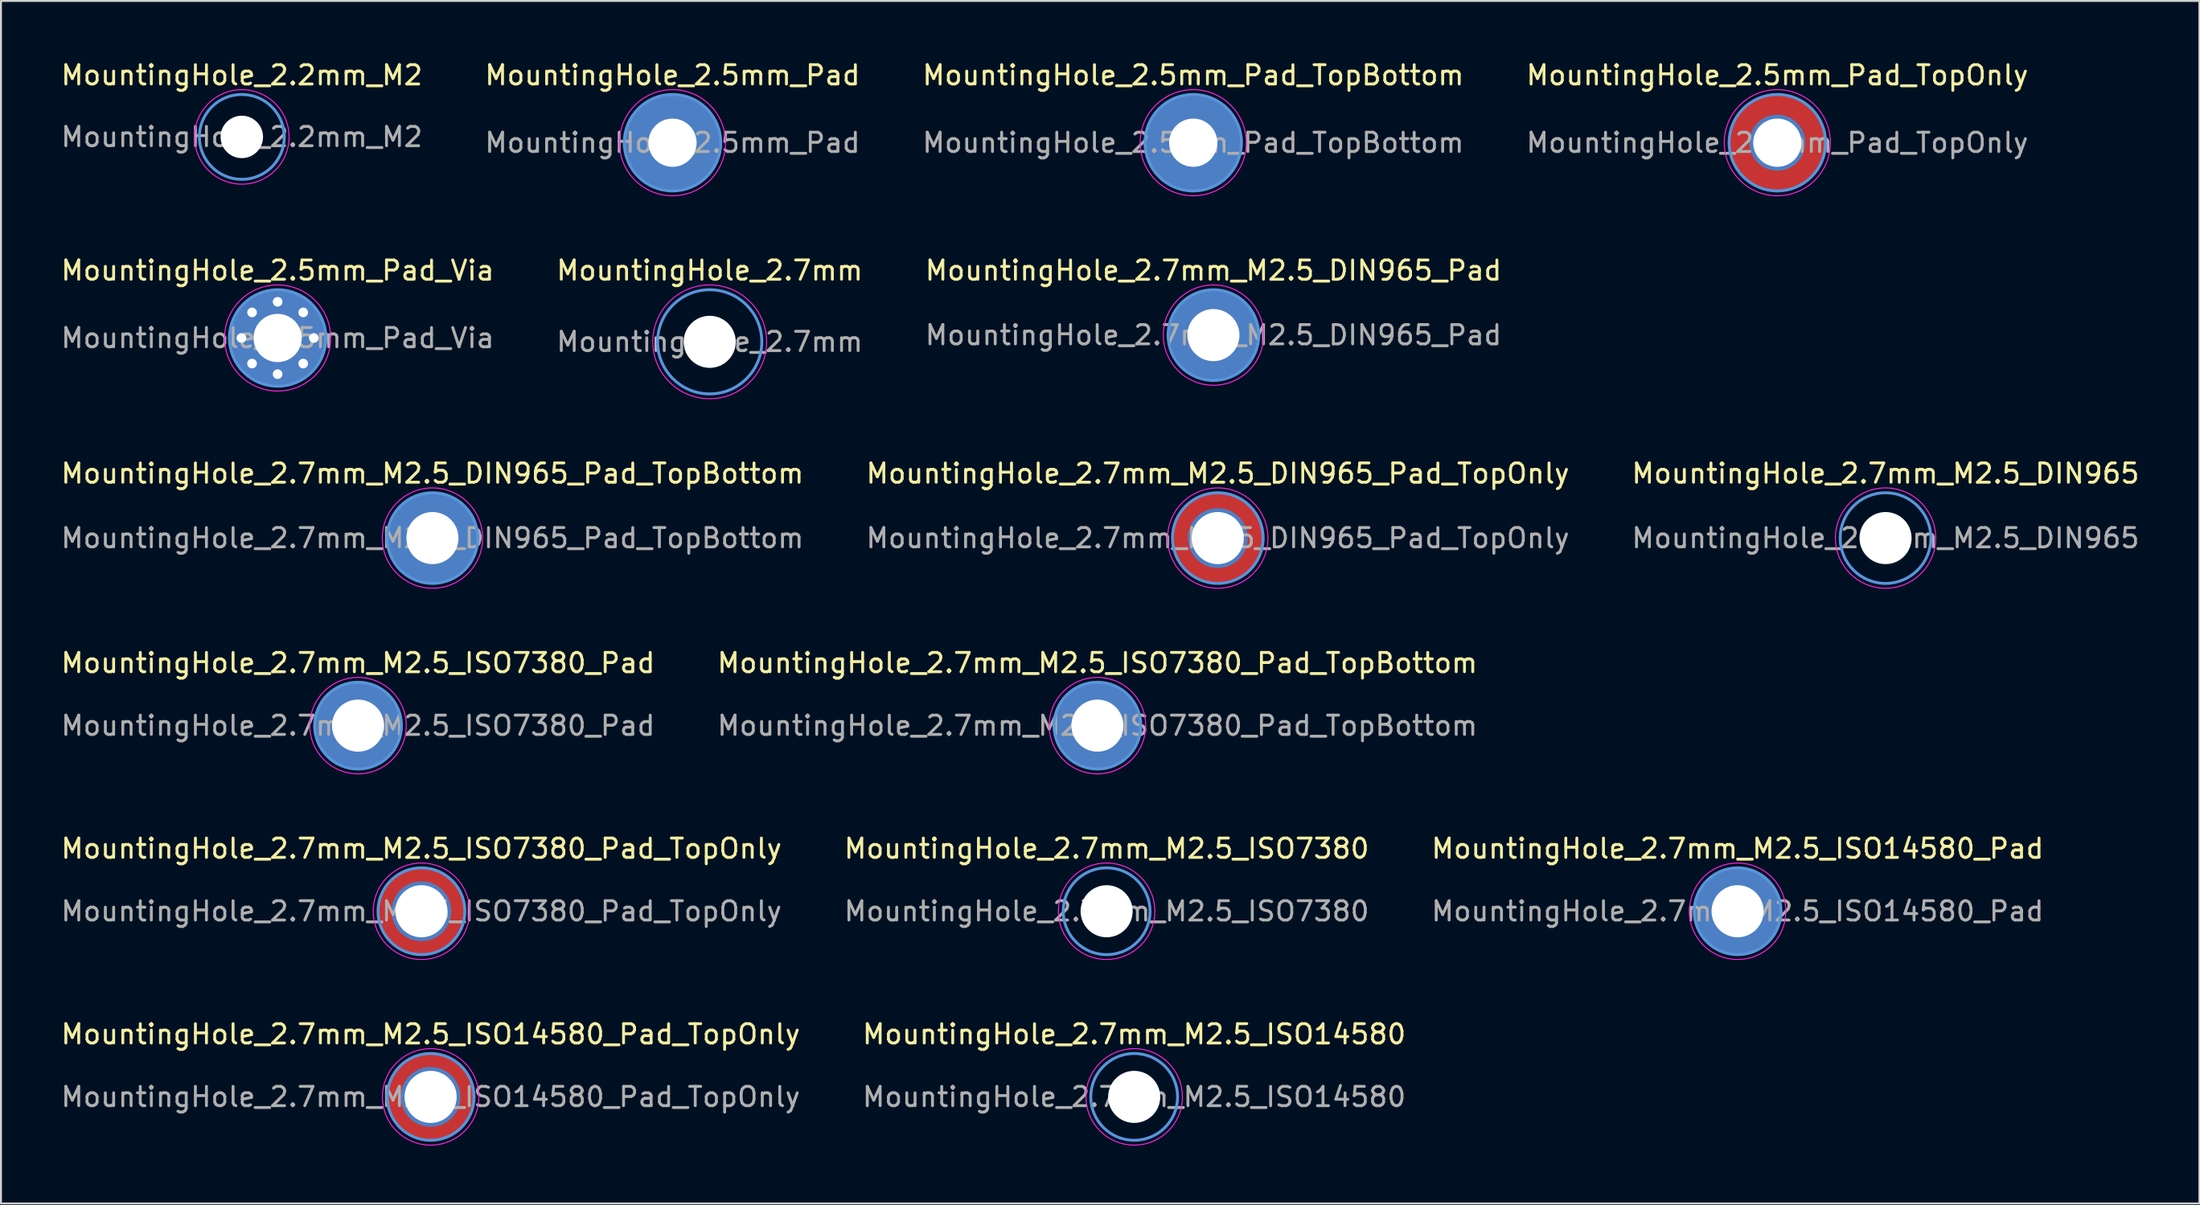
<source format=kicad_pcb>
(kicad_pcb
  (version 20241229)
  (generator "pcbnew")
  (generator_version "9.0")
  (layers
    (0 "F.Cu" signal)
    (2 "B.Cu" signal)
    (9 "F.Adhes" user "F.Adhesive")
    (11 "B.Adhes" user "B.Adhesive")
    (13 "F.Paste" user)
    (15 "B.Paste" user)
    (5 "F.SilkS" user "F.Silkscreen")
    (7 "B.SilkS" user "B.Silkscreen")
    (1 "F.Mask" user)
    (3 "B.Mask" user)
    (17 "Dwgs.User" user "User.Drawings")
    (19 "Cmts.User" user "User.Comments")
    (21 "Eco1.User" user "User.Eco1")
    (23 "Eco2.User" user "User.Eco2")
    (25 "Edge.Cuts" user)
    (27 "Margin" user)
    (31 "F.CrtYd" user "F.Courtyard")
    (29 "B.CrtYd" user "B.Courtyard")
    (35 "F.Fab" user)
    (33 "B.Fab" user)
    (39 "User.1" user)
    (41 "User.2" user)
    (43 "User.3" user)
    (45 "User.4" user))
  (footprint "MountingHole_2.7mm_M2.5_ISO7380_Pad"
    (layer "F.Cu")
    (at 15.506 34.568)
    (property "Reference" "MountingHole_2.7mm_M2.5_ISO7380_Pad" (at 0 -3.25 0) (layer "F.SilkS") (effects (font (size 1 1) (thickness 0.15))))
    (attr exclude_from_pos_files exclude_from_bom)
    (fp_circle (center 0 0) (end 2.25 0) (stroke (width 0.15) (type solid)) (fill no) (layer "Cmts.User"))
    (fp_circle (center 0 0) (end 2.5 0) (stroke (width 0.05) (type solid)) (fill no) (layer "F.CrtYd"))
    (fp_text user "${REFERENCE}" (at 0 0 0) (layer "F.Fab") (effects (font (size 1 1) (thickness 0.15))))
    (pad "1" thru_hole circle (at 0 0) (size 4.5 4.5) (drill 2.7) (layers "*.Cu" "*.Mask")))
  (footprint "MountingHole_2.7mm_M2.5_DIN965_Pad_TopBottom"
    (layer "F.Cu")
    (at 19.363 24.845)
    (property "Reference" "MountingHole_2.7mm_M2.5_DIN965_Pad_TopBottom" (at 0 -3.35 0) (layer "F.SilkS") (effects (font (size 1 1) (thickness 0.15))))
    (attr exclude_from_pos_files exclude_from_bom)
    (fp_circle (center 0 0) (end 2.35 0) (stroke (width 0.15) (type solid)) (fill no) (layer "Cmts.User"))
    (fp_circle (center 0 0) (end 2.6 0) (stroke (width 0.05) (type solid)) (fill no) (layer "F.CrtYd"))
    (fp_text user "${REFERENCE}" (at 0 0 0) (layer "F.Fab") (effects (font (size 1 1) (thickness 0.15))))
    (pad "1" thru_hole circle (at 0 0) (size 3.1 3.1) (drill 2.7) (layers "*.Cu" "*.Mask"))
    (pad "1" connect circle (at 0 0) (size 4.7 4.7) (layers "F.Cu" "F.Mask"))
    (pad "1" connect circle (at 0 0) (size 4.7 4.7) (layers "B.Cu" "B.Mask")))
  (footprint "MountingHole_2.7mm_M2.5_ISO7380_Pad_TopBottom"
    (layer "F.Cu")
    (at 53.827 34.568)
    (property "Reference" "MountingHole_2.7mm_M2.5_ISO7380_Pad_TopBottom" (at 0 -3.25 0) (layer "F.SilkS") (effects (font (size 1 1) (thickness 0.15))))
    (attr exclude_from_pos_files exclude_from_bom)
    (fp_circle (center 0 0) (end 2.25 0) (stroke (width 0.15) (type solid)) (fill no) (layer "Cmts.User"))
    (fp_circle (center 0 0) (end 2.5 0) (stroke (width 0.05) (type solid)) (fill no) (layer "F.CrtYd"))
    (fp_text user "${REFERENCE}" (at 0 0 0) (layer "F.Fab") (effects (font (size 1 1) (thickness 0.15))))
    (pad "1" thru_hole circle (at 0 0) (size 3.1 3.1) (drill 2.7) (layers "*.Cu" "*.Mask"))
    (pad "1" connect circle (at 0 0) (size 4.5 4.5) (layers "F.Cu" "F.Mask"))
    (pad "1" connect circle (at 0 0) (size 4.5 4.5) (layers "B.Cu" "B.Mask")))
  (footprint "MountingHole_2.7mm_M2.5_DIN965_Pad"
    (layer "F.Cu")
    (at 59.839 14.322)
    (property "Reference" "MountingHole_2.7mm_M2.5_DIN965_Pad" (at 0 -3.35 0) (layer "F.SilkS") (effects (font (size 1 1) (thickness 0.15))))
    (attr exclude_from_pos_files exclude_from_bom)
    (fp_circle (center 0 0) (end 2.35 0) (stroke (width 0.15) (type solid)) (fill no) (layer "Cmts.User"))
    (fp_circle (center 0 0) (end 2.6 0) (stroke (width 0.05) (type solid)) (fill no) (layer "F.CrtYd"))
    (fp_text user "${REFERENCE}" (at 0 0 0) (layer "F.Fab") (effects (font (size 1 1) (thickness 0.15))))
    (pad "1" thru_hole circle (at 0 0) (size 4.7 4.7) (drill 2.7) (layers "*.Cu" "*.Mask")))
  (footprint "MountingHole_2.7mm_M2.5_ISO14580_Pad_TopOnly"
    (layer "F.Cu")
    (at 19.268 53.815)
    (property "Reference" "MountingHole_2.7mm_M2.5_ISO14580_Pad_TopOnly" (at 0 -3.25 0) (layer "F.SilkS") (effects (font (size 1 1) (thickness 0.15))))
    (attr exclude_from_pos_files exclude_from_bom)
    (fp_circle (center 0 0) (end 2.25 0) (stroke (width 0.15) (type solid)) (fill no) (layer "Cmts.User"))
    (fp_circle (center 0 0) (end 2.5 0) (stroke (width 0.05) (type solid)) (fill no) (layer "F.CrtYd"))
    (fp_text user "${REFERENCE}" (at 0 0 0) (layer "F.Fab") (effects (font (size 1 1) (thickness 0.15))))
    (pad "1" thru_hole circle (at 0 0) (size 3.1 3.1) (drill 2.7) (layers "*.Cu" "*.Mask"))
    (pad "1" connect circle (at 0 0) (size 4.5 4.5) (layers "F.Cu" "F.Mask")))
  (footprint "MountingHole_2.5mm_Pad_Via"
    (layer "F.Cu")
    (at 11.339 14.472)
    (property "Reference" "MountingHole_2.5mm_Pad_Via" (at 0 -3.5 0) (layer "F.SilkS") (effects (font (size 1 1) (thickness 0.15))))
    (attr exclude_from_pos_files exclude_from_bom)
    (fp_circle (center 0 0) (end 2.5 0) (stroke (width 0.15) (type solid)) (fill no) (layer "Cmts.User"))
    (fp_circle (center 0 0) (end 2.75 0) (stroke (width 0.05) (type solid)) (fill no) (layer "F.CrtYd"))
    (fp_text user "${REFERENCE}" (at 0 0 0) (layer "F.Fab") (effects (font (size 1 1) (thickness 0.15))))
    (pad "1" thru_hole circle (at -1.875 0) (size 0.8 0.8) (drill 0.5) (layers "*.Cu" "*.Mask"))
    (pad "1" thru_hole circle (at -1.326 -1.326) (size 0.8 0.8) (drill 0.5) (layers "*.Cu" "*.Mask"))
    (pad "1" thru_hole circle (at -1.326 1.326) (size 0.8 0.8) (drill 0.5) (layers "*.Cu" "*.Mask"))
    (pad "1" thru_hole circle (at 0 -1.875) (size 0.8 0.8) (drill 0.5) (layers "*.Cu" "*.Mask"))
    (pad "1" thru_hole circle (at 0 0) (size 5 5) (drill 2.5) (layers "*.Cu" "*.Mask"))
    (pad "1" thru_hole circle (at 0 1.875) (size 0.8 0.8) (drill 0.5) (layers "*.Cu" "*.Mask"))
    (pad "1" thru_hole circle (at 1.326 -1.326) (size 0.8 0.8) (drill 0.5) (layers "*.Cu" "*.Mask"))
    (pad "1" thru_hole circle (at 1.326 1.326) (size 0.8 0.8) (drill 0.5) (layers "*.Cu" "*.Mask"))
    (pad "1" thru_hole circle (at 1.875 0) (size 0.8 0.8) (drill 0.5) (layers "*.Cu" "*.Mask")))
  (footprint "MountingHole_2.7mm_M2.5_ISO7380_Pad_TopOnly"
    (layer "F.Cu")
    (at 18.792 44.191)
    (property "Reference" "MountingHole_2.7mm_M2.5_ISO7380_Pad_TopOnly" (at 0 -3.25 0) (layer "F.SilkS") (effects (font (size 1 1) (thickness 0.15))))
    (attr exclude_from_pos_files exclude_from_bom)
    (fp_circle (center 0 0) (end 2.25 0) (stroke (width 0.15) (type solid)) (fill no) (layer "Cmts.User"))
    (fp_circle (center 0 0) (end 2.5 0) (stroke (width 0.05) (type solid)) (fill no) (layer "F.CrtYd"))
    (fp_text user "${REFERENCE}" (at 0 0 0) (layer "F.Fab") (effects (font (size 1 1) (thickness 0.15))))
    (pad "1" thru_hole circle (at 0 0) (size 3.1 3.1) (drill 2.7) (layers "*.Cu" "*.Mask"))
    (pad "1" connect circle (at 0 0) (size 4.5 4.5) (layers "F.Cu" "F.Mask")))
  (footprint "MountingHole_2.5mm_Pad_TopBottom"
    (layer "F.Cu")
    (at 58.792 4.348)
    (property "Reference" "MountingHole_2.5mm_Pad_TopBottom" (at 0 -3.5 0) (layer "F.SilkS") (effects (font (size 1 1) (thickness 0.15))))
    (attr exclude_from_pos_files exclude_from_bom)
    (fp_circle (center 0 0) (end 2.5 0) (stroke (width 0.15) (type solid)) (fill no) (layer "Cmts.User"))
    (fp_circle (center 0 0) (end 2.75 0) (stroke (width 0.05) (type solid)) (fill no) (layer "F.CrtYd"))
    (fp_text user "${REFERENCE}" (at 0 0 0) (layer "F.Fab") (effects (font (size 1 1) (thickness 0.15))))
    (pad "1" thru_hole circle (at 0 0) (size 2.9 2.9) (drill 2.5) (layers "*.Cu" "*.Mask"))
    (pad "1" connect circle (at 0 0) (size 5 5) (layers "F.Cu" "F.Mask"))
    (pad "1" connect circle (at 0 0) (size 5 5) (layers "B.Cu" "B.Mask")))
  (footprint "MountingHole_2.5mm_Pad"
    (layer "F.Cu")
    (at 31.804 4.348)
    (property "Reference" "MountingHole_2.5mm_Pad" (at 0 -3.5 0) (layer "F.SilkS") (effects (font (size 1 1) (thickness 0.15))))
    (attr exclude_from_pos_files exclude_from_bom)
    (fp_circle (center 0 0) (end 2.5 0) (stroke (width 0.15) (type solid)) (fill no) (layer "Cmts.User"))
    (fp_circle (center 0 0) (end 2.75 0) (stroke (width 0.05) (type solid)) (fill no) (layer "F.CrtYd"))
    (fp_text user "${REFERENCE}" (at 0 0 0) (layer "F.Fab") (effects (font (size 1 1) (thickness 0.15))))
    (pad "1" thru_hole circle (at 0 0) (size 5 5) (drill 2.5) (layers "*.Cu" "*.Mask")))
  (footprint "MountingHole_2.7mm_M2.5_ISO7380"
    (layer "F.Cu")
    (at 54.304 44.191)
    (property "Reference" "MountingHole_2.7mm_M2.5_ISO7380" (at 0 -3.25 0) (layer "F.SilkS") (effects (font (size 1 1) (thickness 0.15))))
    (attr exclude_from_pos_files exclude_from_bom)
    (fp_circle (center 0 0) (end 2.25 0) (stroke (width 0.15) (type solid)) (fill no) (layer "Cmts.User"))
    (fp_circle (center 0 0) (end 2.5 0) (stroke (width 0.05) (type solid)) (fill no) (layer "F.CrtYd"))
    (fp_text user "${REFERENCE}" (at 0 0 0) (layer "F.Fab") (effects (font (size 1 1) (thickness 0.15))))
    (pad "" np_thru_hole circle (at 0 0) (size 2.7 2.7) (drill 2.7) (layers "*.Cu" "*.Mask")))
  (footprint "MountingHole_2.2mm_M2"
    (layer "F.Cu")
    (at 9.482 4.048)
    (property "Reference" "MountingHole_2.2mm_M2" (at 0 -3.2 0) (layer "F.SilkS") (effects (font (size 1 1) (thickness 0.15))))
    (attr exclude_from_pos_files exclude_from_bom)
    (fp_circle (center 0 0) (end 2.2 0) (stroke (width 0.15) (type solid)) (fill no) (layer "Cmts.User"))
    (fp_circle (center 0 0) (end 2.45 0) (stroke (width 0.05) (type solid)) (fill no) (layer "F.CrtYd"))
    (fp_text user "${REFERENCE}" (at 0 0 0) (layer "F.Fab") (effects (font (size 1 1) (thickness 0.15))))
    (pad "" np_thru_hole circle (at 0 0) (size 2.2 2.2) (drill 2.2) (layers "*.Cu" "*.Mask")))
  (footprint "MountingHole_2.7mm_M2.5_ISO14580_Pad"
    (layer "F.Cu")
    (at 87.006 44.191)
    (property "Reference" "MountingHole_2.7mm_M2.5_ISO14580_Pad" (at 0 -3.25 0) (layer "F.SilkS") (effects (font (size 1 1) (thickness 0.15))))
    (attr exclude_from_pos_files exclude_from_bom)
    (fp_circle (center 0 0) (end 2.25 0) (stroke (width 0.15) (type solid)) (fill no) (layer "Cmts.User"))
    (fp_circle (center 0 0) (end 2.5 0) (stroke (width 0.05) (type solid)) (fill no) (layer "F.CrtYd"))
    (fp_text user "${REFERENCE}" (at 0 0 0) (layer "F.Fab") (effects (font (size 1 1) (thickness 0.15))))
    (pad "1" thru_hole circle (at 0 0) (size 4.5 4.5) (drill 2.7) (layers "*.Cu" "*.Mask")))
  (footprint "MountingHole_2.5mm_Pad_TopOnly"
    (layer "F.Cu")
    (at 89.065 4.348)
    (property "Reference" "MountingHole_2.5mm_Pad_TopOnly" (at 0 -3.5 0) (layer "F.SilkS") (effects (font (size 1 1) (thickness 0.15))))
    (attr exclude_from_pos_files exclude_from_bom)
    (fp_circle (center 0 0) (end 2.5 0) (stroke (width 0.15) (type solid)) (fill no) (layer "Cmts.User"))
    (fp_circle (center 0 0) (end 2.75 0) (stroke (width 0.05) (type solid)) (fill no) (layer "F.CrtYd"))
    (fp_text user "${REFERENCE}" (at 0 0 0) (layer "F.Fab") (effects (font (size 1 1) (thickness 0.15))))
    (pad "1" thru_hole circle (at 0 0) (size 2.9 2.9) (drill 2.5) (layers "*.Cu" "*.Mask"))
    (pad "1" connect circle (at 0 0) (size 5 5) (layers "F.Cu" "F.Mask")))
  (footprint "MountingHole_2.7mm"
    (layer "F.Cu")
    (at 33.732 14.671)
    (property "Reference" "MountingHole_2.7mm" (at 0 -3.7 0) (layer "F.SilkS") (effects (font (size 1 1) (thickness 0.15))))
    (attr exclude_from_pos_files exclude_from_bom)
    (fp_circle (center 0 0) (end 2.7 0) (stroke (width 0.15) (type solid)) (fill no) (layer "Cmts.User"))
    (fp_circle (center 0 0) (end 2.95 0) (stroke (width 0.05) (type solid)) (fill no) (layer "F.CrtYd"))
    (fp_text user "${REFERENCE}" (at 0 0 0) (layer "F.Fab") (effects (font (size 1 1) (thickness 0.15))))
    (pad "" np_thru_hole circle (at 0 0) (size 2.7 2.7) (drill 2.7) (layers "*.Cu" "*.Mask")))
  (footprint "MountingHole_2.7mm_M2.5_ISO14580"
    (layer "F.Cu")
    (at 55.732 53.815)
    (property "Reference" "MountingHole_2.7mm_M2.5_ISO14580" (at 0 -3.25 0) (layer "F.SilkS") (effects (font (size 1 1) (thickness 0.15))))
    (attr exclude_from_pos_files exclude_from_bom)
    (fp_circle (center 0 0) (end 2.25 0) (stroke (width 0.15) (type solid)) (fill no) (layer "Cmts.User"))
    (fp_circle (center 0 0) (end 2.5 0) (stroke (width 0.05) (type solid)) (fill no) (layer "F.CrtYd"))
    (fp_text user "${REFERENCE}" (at 0 0 0) (layer "F.Fab") (effects (font (size 1 1) (thickness 0.15))))
    (pad "" np_thru_hole circle (at 0 0) (size 2.7 2.7) (drill 2.7) (layers "*.Cu" "*.Mask")))
  (footprint "MountingHole_2.7mm_M2.5_DIN965"
    (layer "F.Cu")
    (at 94.673 24.845)
    (property "Reference" "MountingHole_2.7mm_M2.5_DIN965" (at 0 -3.35 0) (layer "F.SilkS") (effects (font (size 1 1) (thickness 0.15))))
    (attr exclude_from_pos_files exclude_from_bom)
    (fp_circle (center 0 0) (end 2.35 0) (stroke (width 0.15) (type solid)) (fill no) (layer "Cmts.User"))
    (fp_circle (center 0 0) (end 2.6 0) (stroke (width 0.05) (type solid)) (fill no) (layer "F.CrtYd"))
    (fp_text user "${REFERENCE}" (at 0 0 0) (layer "F.Fab") (effects (font (size 1 1) (thickness 0.15))))
    (pad "" np_thru_hole circle (at 0 0) (size 2.7 2.7) (drill 2.7) (layers "*.Cu" "*.Mask")))
  (footprint "MountingHole_2.7mm_M2.5_DIN965_Pad_TopOnly"
    (layer "F.Cu")
    (at 60.065 24.845)
    (property "Reference" "MountingHole_2.7mm_M2.5_DIN965_Pad_TopOnly" (at 0 -3.35 0) (layer "F.SilkS") (effects (font (size 1 1) (thickness 0.15))))
    (attr exclude_from_pos_files exclude_from_bom)
    (fp_circle (center 0 0) (end 2.35 0) (stroke (width 0.15) (type solid)) (fill no) (layer "Cmts.User"))
    (fp_circle (center 0 0) (end 2.6 0) (stroke (width 0.05) (type solid)) (fill no) (layer "F.CrtYd"))
    (fp_text user "${REFERENCE}" (at 0 0 0) (layer "F.Fab") (effects (font (size 1 1) (thickness 0.15))))
    (pad "1" thru_hole circle (at 0 0) (size 3.1 3.1) (drill 2.7) (layers "*.Cu" "*.Mask"))
    (pad "1" connect circle (at 0 0) (size 4.7 4.7) (layers "F.Cu" "F.Mask")))
  (gr_rect
    (start -3 -3)
    (end 110.94 59.34)
    (stroke (width 0.1) (type default))
    (fill no)
    (layer "Edge.Cuts")))
</source>
